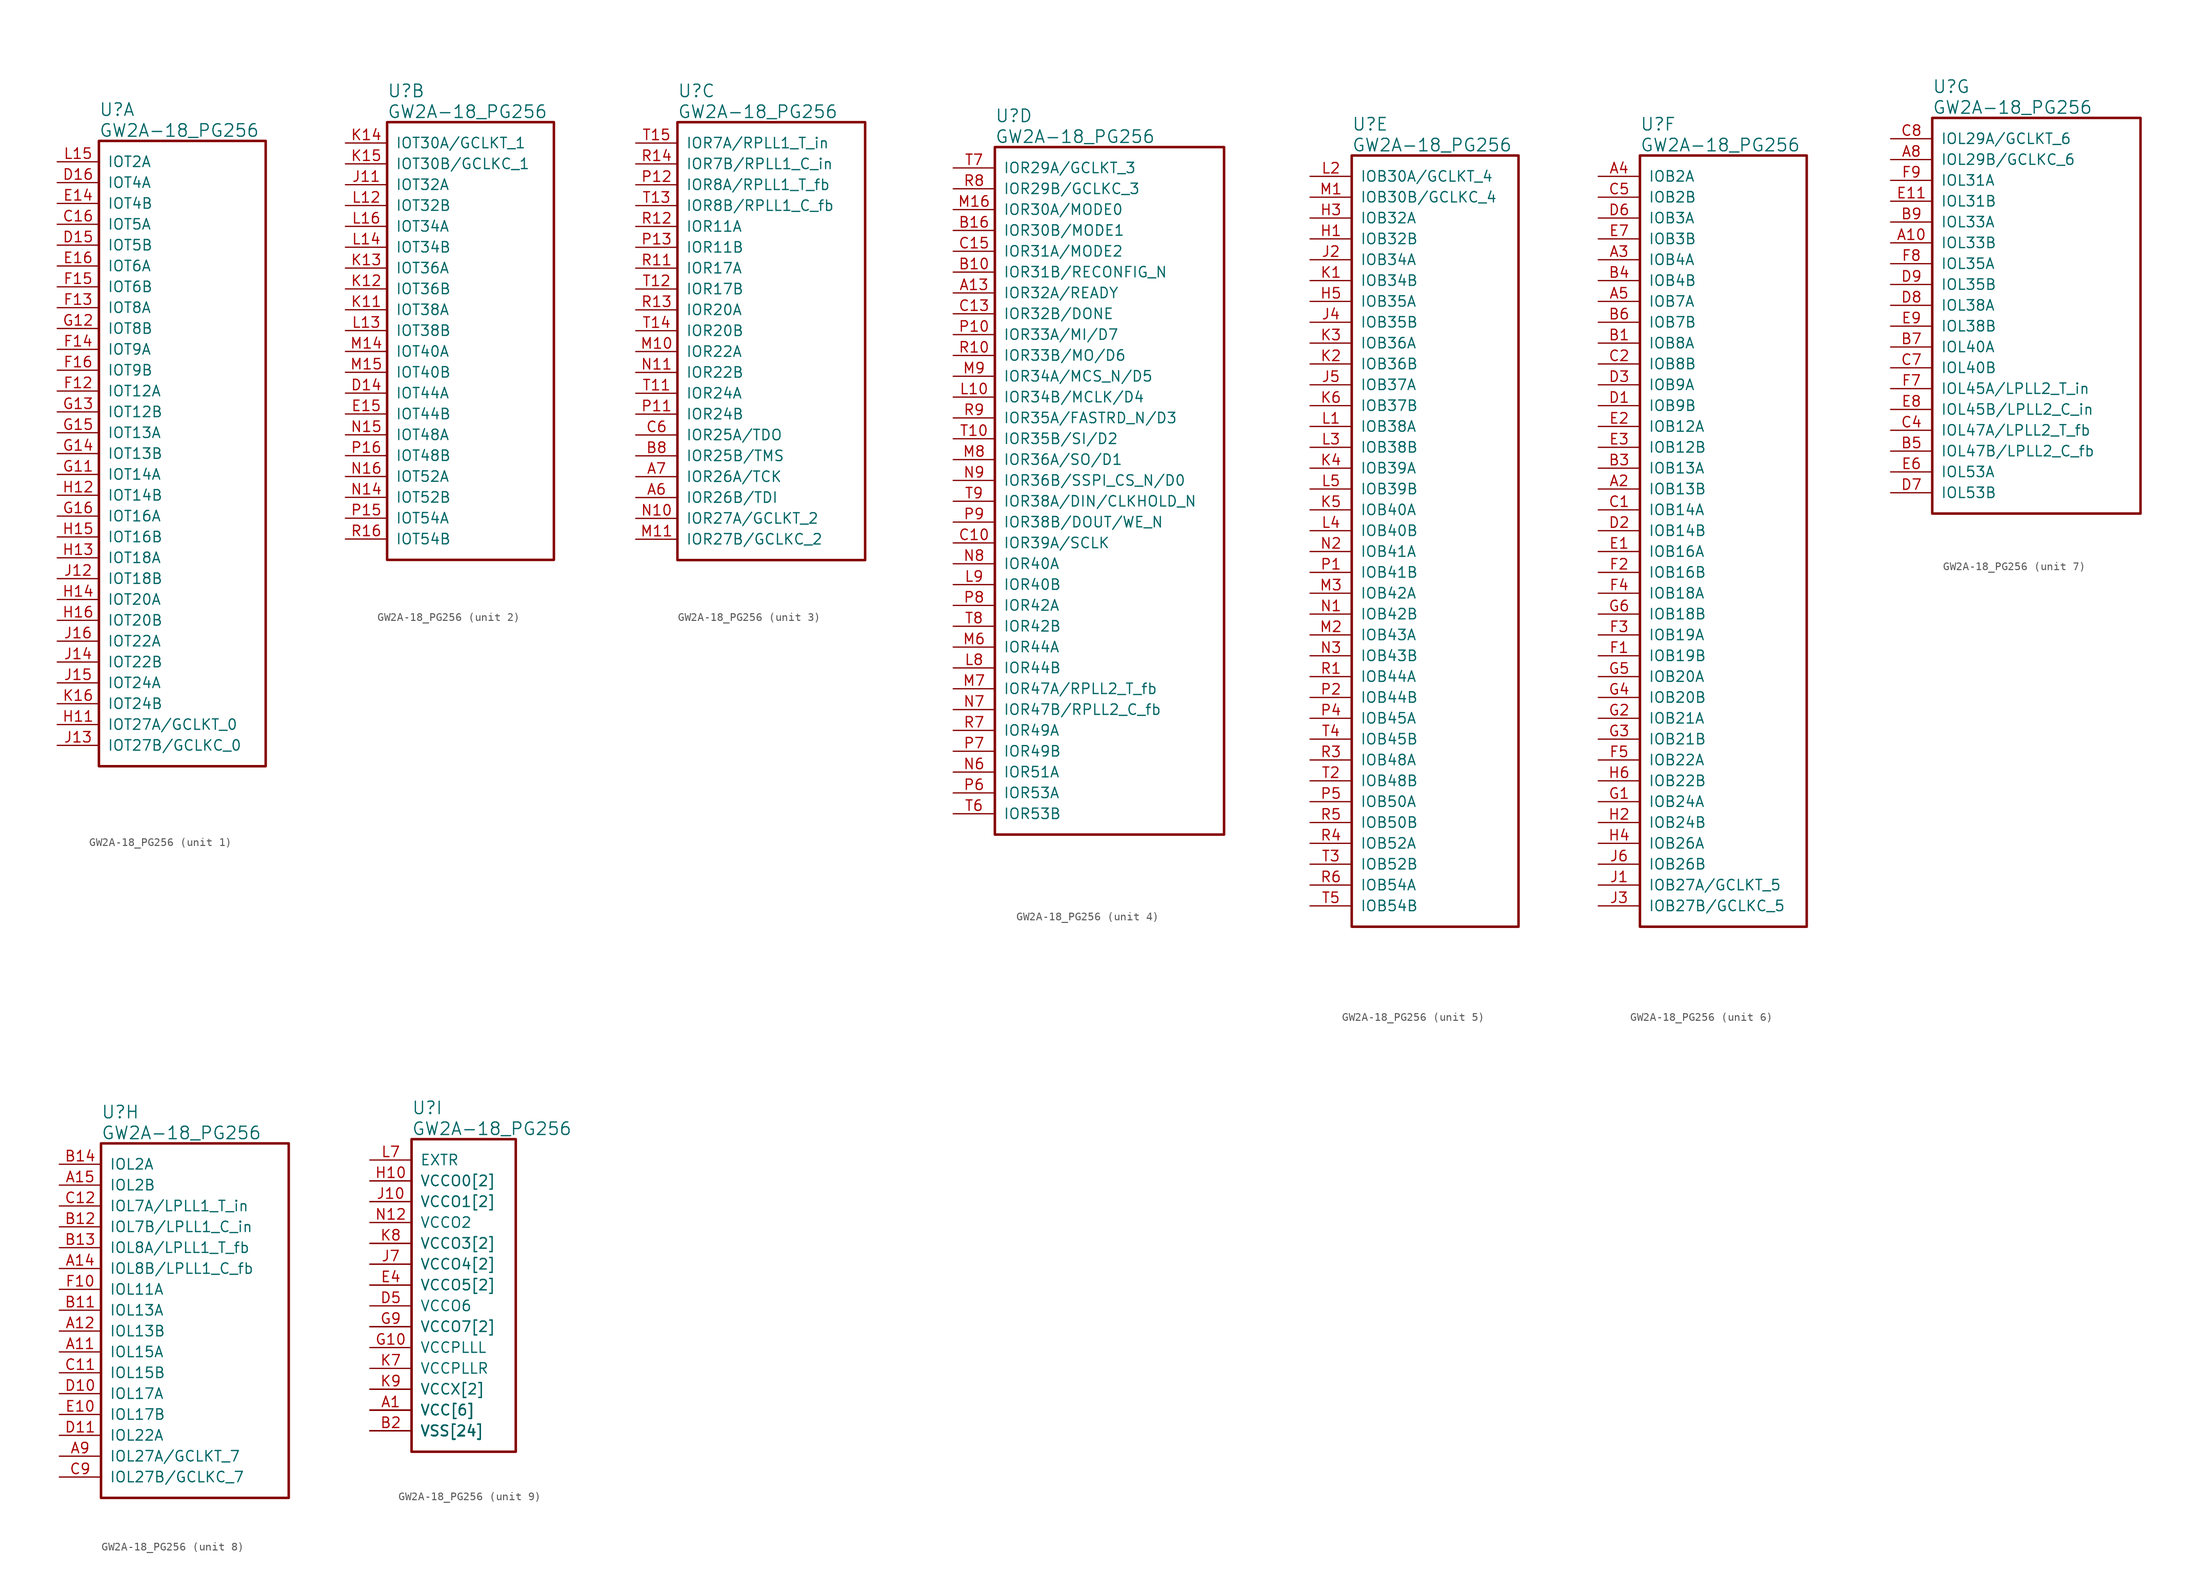
<source format=kicad_sym>
(kicad_symbol_lib
  (version 20211014)
  (generator kicad_symbol_editor)
  (symbol "GW2A-18_PG256"
    (pin_names
      (offset 1.016))
    (property "Reference" "U"
      (at 5.08 6.35 0)
      (effects (font (size 1.524 1.524)) (justify left)))
    (property "Value" "GW2A-18_PG256"
      (at 5.08 3.81 0)
      (effects (font (size 1.524 1.524)) (justify left)))
    (property "ki_locked" ""
      (at 0 0 0)
      (effects (font (size 1.27 1.27))))
    (symbol "GW2A-18_PG256_1_1"
      (rectangle (start 5.08 2.54) (end 25.4 -73.66) (stroke (width 0.305) (type default) (color 0 0 0 0)) (fill (type none)))
      (pin bidirectional line (at 0 -7.62 0) (length 5.08) (name "IOT5A" (effects (font (size 1.27 1.27)))) (number "C16" (effects (font (size 1.27 1.27)))))
      (pin bidirectional line (at 0 -10.16 0) (length 5.08) (name "IOT5B" (effects (font (size 1.27 1.27)))) (number "D15" (effects (font (size 1.27 1.27)))))
      (pin bidirectional line (at 0 -2.54 0) (length 5.08) (name "IOT4A" (effects (font (size 1.27 1.27)))) (number "D16" (effects (font (size 1.27 1.27)))))
      (pin bidirectional line (at 0 -5.08 0) (length 5.08) (name "IOT4B" (effects (font (size 1.27 1.27)))) (number "E14" (effects (font (size 1.27 1.27)))))
      (pin bidirectional line (at 0 -12.7 0) (length 5.08) (name "IOT6A" (effects (font (size 1.27 1.27)))) (number "E16" (effects (font (size 1.27 1.27)))))
      (pin bidirectional line (at 0 -27.94 0) (length 5.08) (name "IOT12A" (effects (font (size 1.27 1.27)))) (number "F12" (effects (font (size 1.27 1.27)))))
      (pin bidirectional line (at 0 -17.78 0) (length 5.08) (name "IOT8A" (effects (font (size 1.27 1.27)))) (number "F13" (effects (font (size 1.27 1.27)))))
      (pin bidirectional line (at 0 -22.86 0) (length 5.08) (name "IOT9A" (effects (font (size 1.27 1.27)))) (number "F14" (effects (font (size 1.27 1.27)))))
      (pin bidirectional line (at 0 -15.24 0) (length 5.08) (name "IOT6B" (effects (font (size 1.27 1.27)))) (number "F15" (effects (font (size 1.27 1.27)))))
      (pin bidirectional line (at 0 -25.4 0) (length 5.08) (name "IOT9B" (effects (font (size 1.27 1.27)))) (number "F16" (effects (font (size 1.27 1.27)))))
      (pin bidirectional line (at 0 -38.1 0) (length 5.08) (name "IOT14A" (effects (font (size 1.27 1.27)))) (number "G11" (effects (font (size 1.27 1.27)))))
      (pin bidirectional line (at 0 -20.32 0) (length 5.08) (name "IOT8B" (effects (font (size 1.27 1.27)))) (number "G12" (effects (font (size 1.27 1.27)))))
      (pin bidirectional line (at 0 -30.48 0) (length 5.08) (name "IOT12B" (effects (font (size 1.27 1.27)))) (number "G13" (effects (font (size 1.27 1.27)))))
      (pin bidirectional line (at 0 -35.56 0) (length 5.08) (name "IOT13B" (effects (font (size 1.27 1.27)))) (number "G14" (effects (font (size 1.27 1.27)))))
      (pin bidirectional line (at 0 -33.02 0) (length 5.08) (name "IOT13A" (effects (font (size 1.27 1.27)))) (number "G15" (effects (font (size 1.27 1.27)))))
      (pin bidirectional line (at 0 -43.18 0) (length 5.08) (name "IOT16A" (effects (font (size 1.27 1.27)))) (number "G16" (effects (font (size 1.27 1.27)))))
      (pin bidirectional line (at 0 -68.58 0) (length 5.08) (name "IOT27A/GCLKT_0" (effects (font (size 1.27 1.27)))) (number "H11" (effects (font (size 1.27 1.27)))))
      (pin bidirectional line (at 0 -40.64 0) (length 5.08) (name "IOT14B" (effects (font (size 1.27 1.27)))) (number "H12" (effects (font (size 1.27 1.27)))))
      (pin bidirectional line (at 0 -48.26 0) (length 5.08) (name "IOT18A" (effects (font (size 1.27 1.27)))) (number "H13" (effects (font (size 1.27 1.27)))))
      (pin bidirectional line (at 0 -53.34 0) (length 5.08) (name "IOT20A" (effects (font (size 1.27 1.27)))) (number "H14" (effects (font (size 1.27 1.27)))))
      (pin bidirectional line (at 0 -45.72 0) (length 5.08) (name "IOT16B" (effects (font (size 1.27 1.27)))) (number "H15" (effects (font (size 1.27 1.27)))))
      (pin bidirectional line (at 0 -55.88 0) (length 5.08) (name "IOT20B" (effects (font (size 1.27 1.27)))) (number "H16" (effects (font (size 1.27 1.27)))))
      (pin bidirectional line (at 0 -50.8 0) (length 5.08) (name "IOT18B" (effects (font (size 1.27 1.27)))) (number "J12" (effects (font (size 1.27 1.27)))))
      (pin bidirectional line (at 0 -71.12 0) (length 5.08) (name "IOT27B/GCLKC_0" (effects (font (size 1.27 1.27)))) (number "J13" (effects (font (size 1.27 1.27)))))
      (pin bidirectional line (at 0 -60.96 0) (length 5.08) (name "IOT22B" (effects (font (size 1.27 1.27)))) (number "J14" (effects (font (size 1.27 1.27)))))
      (pin bidirectional line (at 0 -63.5 0) (length 5.08) (name "IOT24A" (effects (font (size 1.27 1.27)))) (number "J15" (effects (font (size 1.27 1.27)))))
      (pin bidirectional line (at 0 -58.42 0) (length 5.08) (name "IOT22A" (effects (font (size 1.27 1.27)))) (number "J16" (effects (font (size 1.27 1.27)))))
      (pin bidirectional line (at 0 -66.04 0) (length 5.08) (name "IOT24B" (effects (font (size 1.27 1.27)))) (number "K16" (effects (font (size 1.27 1.27)))))
      (pin bidirectional line (at 0 0 0) (length 5.08) (name "IOT2A" (effects (font (size 1.27 1.27)))) (number "L15" (effects (font (size 1.27 1.27))))))
    (symbol "GW2A-18_PG256_2_1"
      (rectangle (start 5.08 2.54) (end 25.4 -50.8) (stroke (width 0.305) (type default) (color 0 0 0 0)) (fill (type none)))
      (pin bidirectional line (at 0 -30.48 0) (length 5.08) (name "IOT44A" (effects (font (size 1.27 1.27)))) (number "D14" (effects (font (size 1.27 1.27)))))
      (pin bidirectional line (at 0 -33.02 0) (length 5.08) (name "IOT44B" (effects (font (size 1.27 1.27)))) (number "E15" (effects (font (size 1.27 1.27)))))
      (pin bidirectional line (at 0 -5.08 0) (length 5.08) (name "IOT32A" (effects (font (size 1.27 1.27)))) (number "J11" (effects (font (size 1.27 1.27)))))
      (pin bidirectional line (at 0 -20.32 0) (length 5.08) (name "IOT38A" (effects (font (size 1.27 1.27)))) (number "K11" (effects (font (size 1.27 1.27)))))
      (pin bidirectional line (at 0 -17.78 0) (length 5.08) (name "IOT36B" (effects (font (size 1.27 1.27)))) (number "K12" (effects (font (size 1.27 1.27)))))
      (pin bidirectional line (at 0 -15.24 0) (length 5.08) (name "IOT36A" (effects (font (size 1.27 1.27)))) (number "K13" (effects (font (size 1.27 1.27)))))
      (pin bidirectional line (at 0 0 0) (length 5.08) (name "IOT30A/GCLKT_1" (effects (font (size 1.27 1.27)))) (number "K14" (effects (font (size 1.27 1.27)))))
      (pin bidirectional line (at 0 -2.54 0) (length 5.08) (name "IOT30B/GCLKC_1" (effects (font (size 1.27 1.27)))) (number "K15" (effects (font (size 1.27 1.27)))))
      (pin bidirectional line (at 0 -7.62 0) (length 5.08) (name "IOT32B" (effects (font (size 1.27 1.27)))) (number "L12" (effects (font (size 1.27 1.27)))))
      (pin bidirectional line (at 0 -22.86 0) (length 5.08) (name "IOT38B" (effects (font (size 1.27 1.27)))) (number "L13" (effects (font (size 1.27 1.27)))))
      (pin bidirectional line (at 0 -12.7 0) (length 5.08) (name "IOT34B" (effects (font (size 1.27 1.27)))) (number "L14" (effects (font (size 1.27 1.27)))))
      (pin bidirectional line (at 0 -10.16 0) (length 5.08) (name "IOT34A" (effects (font (size 1.27 1.27)))) (number "L16" (effects (font (size 1.27 1.27)))))
      (pin bidirectional line (at 0 -25.4 0) (length 5.08) (name "IOT40A" (effects (font (size 1.27 1.27)))) (number "M14" (effects (font (size 1.27 1.27)))))
      (pin bidirectional line (at 0 -27.94 0) (length 5.08) (name "IOT40B" (effects (font (size 1.27 1.27)))) (number "M15" (effects (font (size 1.27 1.27)))))
      (pin bidirectional line (at 0 -43.18 0) (length 5.08) (name "IOT52B" (effects (font (size 1.27 1.27)))) (number "N14" (effects (font (size 1.27 1.27)))))
      (pin bidirectional line (at 0 -35.56 0) (length 5.08) (name "IOT48A" (effects (font (size 1.27 1.27)))) (number "N15" (effects (font (size 1.27 1.27)))))
      (pin bidirectional line (at 0 -40.64 0) (length 5.08) (name "IOT52A" (effects (font (size 1.27 1.27)))) (number "N16" (effects (font (size 1.27 1.27)))))
      (pin bidirectional line (at 0 -45.72 0) (length 5.08) (name "IOT54A" (effects (font (size 1.27 1.27)))) (number "P15" (effects (font (size 1.27 1.27)))))
      (pin bidirectional line (at 0 -38.1 0) (length 5.08) (name "IOT48B" (effects (font (size 1.27 1.27)))) (number "P16" (effects (font (size 1.27 1.27)))))
      (pin bidirectional line (at 0 -48.26 0) (length 5.08) (name "IOT54B" (effects (font (size 1.27 1.27)))) (number "R16" (effects (font (size 1.27 1.27))))))
    (symbol "GW2A-18_PG256_3_1"
      (rectangle (start 5.08 2.54) (end 27.94 -50.8) (stroke (width 0.305) (type default) (color 0 0 0 0)) (fill (type none)))
      (pin bidirectional line (at 0 -43.18 0) (length 5.08) (name "IOR26B/TDI" (effects (font (size 1.27 1.27)))) (number "A6" (effects (font (size 1.27 1.27)))))
      (pin bidirectional line (at 0 -40.64 0) (length 5.08) (name "IOR26A/TCK" (effects (font (size 1.27 1.27)))) (number "A7" (effects (font (size 1.27 1.27)))))
      (pin bidirectional line (at 0 -38.1 0) (length 5.08) (name "IOR25B/TMS" (effects (font (size 1.27 1.27)))) (number "B8" (effects (font (size 1.27 1.27)))))
      (pin bidirectional line (at 0 -35.56 0) (length 5.08) (name "IOR25A/TDO" (effects (font (size 1.27 1.27)))) (number "C6" (effects (font (size 1.27 1.27)))))
      (pin bidirectional line (at 0 -25.4 0) (length 5.08) (name "IOR22A" (effects (font (size 1.27 1.27)))) (number "M10" (effects (font (size 1.27 1.27)))))
      (pin bidirectional line (at 0 -48.26 0) (length 5.08) (name "IOR27B/GCLKC_2" (effects (font (size 1.27 1.27)))) (number "M11" (effects (font (size 1.27 1.27)))))
      (pin bidirectional line (at 0 -45.72 0) (length 5.08) (name "IOR27A/GCLKT_2" (effects (font (size 1.27 1.27)))) (number "N10" (effects (font (size 1.27 1.27)))))
      (pin bidirectional line (at 0 -27.94 0) (length 5.08) (name "IOR22B" (effects (font (size 1.27 1.27)))) (number "N11" (effects (font (size 1.27 1.27)))))
      (pin bidirectional line (at 0 -33.02 0) (length 5.08) (name "IOR24B" (effects (font (size 1.27 1.27)))) (number "P11" (effects (font (size 1.27 1.27)))))
      (pin bidirectional line (at 0 -5.08 0) (length 5.08) (name "IOR8A/RPLL1_T_fb" (effects (font (size 1.27 1.27)))) (number "P12" (effects (font (size 1.27 1.27)))))
      (pin bidirectional line (at 0 -12.7 0) (length 5.08) (name "IOR11B" (effects (font (size 1.27 1.27)))) (number "P13" (effects (font (size 1.27 1.27)))))
      (pin bidirectional line (at 0 -15.24 0) (length 5.08) (name "IOR17A" (effects (font (size 1.27 1.27)))) (number "R11" (effects (font (size 1.27 1.27)))))
      (pin bidirectional line (at 0 -10.16 0) (length 5.08) (name "IOR11A" (effects (font (size 1.27 1.27)))) (number "R12" (effects (font (size 1.27 1.27)))))
      (pin bidirectional line (at 0 -20.32 0) (length 5.08) (name "IOR20A" (effects (font (size 1.27 1.27)))) (number "R13" (effects (font (size 1.27 1.27)))))
      (pin bidirectional line (at 0 -2.54 0) (length 5.08) (name "IOR7B/RPLL1_C_in" (effects (font (size 1.27 1.27)))) (number "R14" (effects (font (size 1.27 1.27)))))
      (pin bidirectional line (at 0 -30.48 0) (length 5.08) (name "IOR24A" (effects (font (size 1.27 1.27)))) (number "T11" (effects (font (size 1.27 1.27)))))
      (pin bidirectional line (at 0 -17.78 0) (length 5.08) (name "IOR17B" (effects (font (size 1.27 1.27)))) (number "T12" (effects (font (size 1.27 1.27)))))
      (pin bidirectional line (at 0 -7.62 0) (length 5.08) (name "IOR8B/RPLL1_C_fb" (effects (font (size 1.27 1.27)))) (number "T13" (effects (font (size 1.27 1.27)))))
      (pin bidirectional line (at 0 -22.86 0) (length 5.08) (name "IOR20B" (effects (font (size 1.27 1.27)))) (number "T14" (effects (font (size 1.27 1.27)))))
      (pin bidirectional line (at 0 0 0) (length 5.08) (name "IOR7A/RPLL1_T_in" (effects (font (size 1.27 1.27)))) (number "T15" (effects (font (size 1.27 1.27))))))
    (symbol "GW2A-18_PG256_4_1"
      (rectangle (start 5.08 2.54) (end 33.02 -81.28) (stroke (width 0.305) (type default) (color 0 0 0 0)) (fill (type none)))
      (pin bidirectional line (at 0 -15.24 0) (length 5.08) (name "IOR32A/READY" (effects (font (size 1.27 1.27)))) (number "A13" (effects (font (size 1.27 1.27)))))
      (pin bidirectional line (at 0 -12.7 0) (length 5.08) (name "IOR31B/RECONFIG_N" (effects (font (size 1.27 1.27)))) (number "B10" (effects (font (size 1.27 1.27)))))
      (pin bidirectional line (at 0 -7.62 0) (length 5.08) (name "IOR30B/MODE1" (effects (font (size 1.27 1.27)))) (number "B16" (effects (font (size 1.27 1.27)))))
      (pin bidirectional line (at 0 -45.72 0) (length 5.08) (name "IOR39A/SCLK" (effects (font (size 1.27 1.27)))) (number "C10" (effects (font (size 1.27 1.27)))))
      (pin bidirectional line (at 0 -17.78 0) (length 5.08) (name "IOR32B/DONE" (effects (font (size 1.27 1.27)))) (number "C13" (effects (font (size 1.27 1.27)))))
      (pin bidirectional line (at 0 -10.16 0) (length 5.08) (name "IOR31A/MODE2" (effects (font (size 1.27 1.27)))) (number "C15" (effects (font (size 1.27 1.27)))))
      (pin bidirectional line (at 0 -27.94 0) (length 5.08) (name "IOR34B/MCLK/D4" (effects (font (size 1.27 1.27)))) (number "L10" (effects (font (size 1.27 1.27)))))
      (pin bidirectional line (at 0 -60.96 0) (length 5.08) (name "IOR44B" (effects (font (size 1.27 1.27)))) (number "L8" (effects (font (size 1.27 1.27)))))
      (pin bidirectional line (at 0 -50.8 0) (length 5.08) (name "IOR40B" (effects (font (size 1.27 1.27)))) (number "L9" (effects (font (size 1.27 1.27)))))
      (pin bidirectional line (at 0 -5.08 0) (length 5.08) (name "IOR30A/MODE0" (effects (font (size 1.27 1.27)))) (number "M16" (effects (font (size 1.27 1.27)))))
      (pin bidirectional line (at 0 -58.42 0) (length 5.08) (name "IOR44A" (effects (font (size 1.27 1.27)))) (number "M6" (effects (font (size 1.27 1.27)))))
      (pin bidirectional line (at 0 -63.5 0) (length 5.08) (name "IOR47A/RPLL2_T_fb" (effects (font (size 1.27 1.27)))) (number "M7" (effects (font (size 1.27 1.27)))))
      (pin bidirectional line (at 0 -35.56 0) (length 5.08) (name "IOR36A/SO/D1" (effects (font (size 1.27 1.27)))) (number "M8" (effects (font (size 1.27 1.27)))))
      (pin bidirectional line (at 0 -25.4 0) (length 5.08) (name "IOR34A/MCS_N/D5" (effects (font (size 1.27 1.27)))) (number "M9" (effects (font (size 1.27 1.27)))))
      (pin bidirectional line (at 0 -73.66 0) (length 5.08) (name "IOR51A" (effects (font (size 1.27 1.27)))) (number "N6" (effects (font (size 1.27 1.27)))))
      (pin bidirectional line (at 0 -66.04 0) (length 5.08) (name "IOR47B/RPLL2_C_fb" (effects (font (size 1.27 1.27)))) (number "N7" (effects (font (size 1.27 1.27)))))
      (pin bidirectional line (at 0 -48.26 0) (length 5.08) (name "IOR40A" (effects (font (size 1.27 1.27)))) (number "N8" (effects (font (size 1.27 1.27)))))
      (pin bidirectional line (at 0 -38.1 0) (length 5.08) (name "IOR36B/SSPI_CS_N/D0" (effects (font (size 1.27 1.27)))) (number "N9" (effects (font (size 1.27 1.27)))))
      (pin bidirectional line (at 0 -20.32 0) (length 5.08) (name "IOR33A/MI/D7" (effects (font (size 1.27 1.27)))) (number "P10" (effects (font (size 1.27 1.27)))))
      (pin bidirectional line (at 0 -76.2 0) (length 5.08) (name "IOR53A" (effects (font (size 1.27 1.27)))) (number "P6" (effects (font (size 1.27 1.27)))))
      (pin bidirectional line (at 0 -71.12 0) (length 5.08) (name "IOR49B" (effects (font (size 1.27 1.27)))) (number "P7" (effects (font (size 1.27 1.27)))))
      (pin bidirectional line (at 0 -53.34 0) (length 5.08) (name "IOR42A" (effects (font (size 1.27 1.27)))) (number "P8" (effects (font (size 1.27 1.27)))))
      (pin bidirectional line (at 0 -43.18 0) (length 5.08) (name "IOR38B/DOUT/WE_N" (effects (font (size 1.27 1.27)))) (number "P9" (effects (font (size 1.27 1.27)))))
      (pin bidirectional line (at 0 -22.86 0) (length 5.08) (name "IOR33B/MO/D6" (effects (font (size 1.27 1.27)))) (number "R10" (effects (font (size 1.27 1.27)))))
      (pin bidirectional line (at 0 -68.58 0) (length 5.08) (name "IOR49A" (effects (font (size 1.27 1.27)))) (number "R7" (effects (font (size 1.27 1.27)))))
      (pin bidirectional line (at 0 -2.54 0) (length 5.08) (name "IOR29B/GCLKC_3" (effects (font (size 1.27 1.27)))) (number "R8" (effects (font (size 1.27 1.27)))))
      (pin bidirectional line (at 0 -30.48 0) (length 5.08) (name "IOR35A/FASTRD_N/D3" (effects (font (size 1.27 1.27)))) (number "R9" (effects (font (size 1.27 1.27)))))
      (pin bidirectional line (at 0 -33.02 0) (length 5.08) (name "IOR35B/SI/D2" (effects (font (size 1.27 1.27)))) (number "T10" (effects (font (size 1.27 1.27)))))
      (pin bidirectional line (at 0 -78.74 0) (length 5.08) (name "IOR53B" (effects (font (size 1.27 1.27)))) (number "T6" (effects (font (size 1.27 1.27)))))
      (pin bidirectional line (at 0 0 0) (length 5.08) (name "IOR29A/GCLKT_3" (effects (font (size 1.27 1.27)))) (number "T7" (effects (font (size 1.27 1.27)))))
      (pin bidirectional line (at 0 -55.88 0) (length 5.08) (name "IOR42B" (effects (font (size 1.27 1.27)))) (number "T8" (effects (font (size 1.27 1.27)))))
      (pin bidirectional line (at 0 -40.64 0) (length 5.08) (name "IOR38A/DIN/CLKHOLD_N" (effects (font (size 1.27 1.27)))) (number "T9" (effects (font (size 1.27 1.27))))))
    (symbol "GW2A-18_PG256_5_1"
      (rectangle (start 5.08 2.54) (end 25.4 -91.44) (stroke (width 0.305) (type default) (color 0 0 0 0)) (fill (type none)))
      (pin bidirectional line (at 0 -7.62 0) (length 5.08) (name "IOB32B" (effects (font (size 1.27 1.27)))) (number "H1" (effects (font (size 1.27 1.27)))))
      (pin bidirectional line (at 0 -5.08 0) (length 5.08) (name "IOB32A" (effects (font (size 1.27 1.27)))) (number "H3" (effects (font (size 1.27 1.27)))))
      (pin bidirectional line (at 0 -15.24 0) (length 5.08) (name "IOB35A" (effects (font (size 1.27 1.27)))) (number "H5" (effects (font (size 1.27 1.27)))))
      (pin bidirectional line (at 0 -10.16 0) (length 5.08) (name "IOB34A" (effects (font (size 1.27 1.27)))) (number "J2" (effects (font (size 1.27 1.27)))))
      (pin bidirectional line (at 0 -17.78 0) (length 5.08) (name "IOB35B" (effects (font (size 1.27 1.27)))) (number "J4" (effects (font (size 1.27 1.27)))))
      (pin bidirectional line (at 0 -25.4 0) (length 5.08) (name "IOB37A" (effects (font (size 1.27 1.27)))) (number "J5" (effects (font (size 1.27 1.27)))))
      (pin bidirectional line (at 0 -12.7 0) (length 5.08) (name "IOB34B" (effects (font (size 1.27 1.27)))) (number "K1" (effects (font (size 1.27 1.27)))))
      (pin bidirectional line (at 0 -22.86 0) (length 5.08) (name "IOB36B" (effects (font (size 1.27 1.27)))) (number "K2" (effects (font (size 1.27 1.27)))))
      (pin bidirectional line (at 0 -20.32 0) (length 5.08) (name "IOB36A" (effects (font (size 1.27 1.27)))) (number "K3" (effects (font (size 1.27 1.27)))))
      (pin bidirectional line (at 0 -35.56 0) (length 5.08) (name "IOB39A" (effects (font (size 1.27 1.27)))) (number "K4" (effects (font (size 1.27 1.27)))))
      (pin bidirectional line (at 0 -40.64 0) (length 5.08) (name "IOB40A" (effects (font (size 1.27 1.27)))) (number "K5" (effects (font (size 1.27 1.27)))))
      (pin bidirectional line (at 0 -27.94 0) (length 5.08) (name "IOB37B" (effects (font (size 1.27 1.27)))) (number "K6" (effects (font (size 1.27 1.27)))))
      (pin bidirectional line (at 0 -30.48 0) (length 5.08) (name "IOB38A" (effects (font (size 1.27 1.27)))) (number "L1" (effects (font (size 1.27 1.27)))))
      (pin bidirectional line (at 0 0 0) (length 5.08) (name "IOB30A/GCLKT_4" (effects (font (size 1.27 1.27)))) (number "L2" (effects (font (size 1.27 1.27)))))
      (pin bidirectional line (at 0 -33.02 0) (length 5.08) (name "IOB38B" (effects (font (size 1.27 1.27)))) (number "L3" (effects (font (size 1.27 1.27)))))
      (pin bidirectional line (at 0 -43.18 0) (length 5.08) (name "IOB40B" (effects (font (size 1.27 1.27)))) (number "L4" (effects (font (size 1.27 1.27)))))
      (pin bidirectional line (at 0 -38.1 0) (length 5.08) (name "IOB39B" (effects (font (size 1.27 1.27)))) (number "L5" (effects (font (size 1.27 1.27)))))
      (pin bidirectional line (at 0 -2.54 0) (length 5.08) (name "IOB30B/GCLKC_4" (effects (font (size 1.27 1.27)))) (number "M1" (effects (font (size 1.27 1.27)))))
      (pin bidirectional line (at 0 -55.88 0) (length 5.08) (name "IOB43A" (effects (font (size 1.27 1.27)))) (number "M2" (effects (font (size 1.27 1.27)))))
      (pin bidirectional line (at 0 -50.8 0) (length 5.08) (name "IOB42A" (effects (font (size 1.27 1.27)))) (number "M3" (effects (font (size 1.27 1.27)))))
      (pin bidirectional line (at 0 -53.34 0) (length 5.08) (name "IOB42B" (effects (font (size 1.27 1.27)))) (number "N1" (effects (font (size 1.27 1.27)))))
      (pin bidirectional line (at 0 -45.72 0) (length 5.08) (name "IOB41A" (effects (font (size 1.27 1.27)))) (number "N2" (effects (font (size 1.27 1.27)))))
      (pin bidirectional line (at 0 -58.42 0) (length 5.08) (name "IOB43B" (effects (font (size 1.27 1.27)))) (number "N3" (effects (font (size 1.27 1.27)))))
      (pin bidirectional line (at 0 -48.26 0) (length 5.08) (name "IOB41B" (effects (font (size 1.27 1.27)))) (number "P1" (effects (font (size 1.27 1.27)))))
      (pin bidirectional line (at 0 -63.5 0) (length 5.08) (name "IOB44B" (effects (font (size 1.27 1.27)))) (number "P2" (effects (font (size 1.27 1.27)))))
      (pin bidirectional line (at 0 -66.04 0) (length 5.08) (name "IOB45A" (effects (font (size 1.27 1.27)))) (number "P4" (effects (font (size 1.27 1.27)))))
      (pin bidirectional line (at 0 -76.2 0) (length 5.08) (name "IOB50A" (effects (font (size 1.27 1.27)))) (number "P5" (effects (font (size 1.27 1.27)))))
      (pin bidirectional line (at 0 -60.96 0) (length 5.08) (name "IOB44A" (effects (font (size 1.27 1.27)))) (number "R1" (effects (font (size 1.27 1.27)))))
      (pin bidirectional line (at 0 -71.12 0) (length 5.08) (name "IOB48A" (effects (font (size 1.27 1.27)))) (number "R3" (effects (font (size 1.27 1.27)))))
      (pin bidirectional line (at 0 -81.28 0) (length 5.08) (name "IOB52A" (effects (font (size 1.27 1.27)))) (number "R4" (effects (font (size 1.27 1.27)))))
      (pin bidirectional line (at 0 -78.74 0) (length 5.08) (name "IOB50B" (effects (font (size 1.27 1.27)))) (number "R5" (effects (font (size 1.27 1.27)))))
      (pin bidirectional line (at 0 -86.36 0) (length 5.08) (name "IOB54A" (effects (font (size 1.27 1.27)))) (number "R6" (effects (font (size 1.27 1.27)))))
      (pin bidirectional line (at 0 -73.66 0) (length 5.08) (name "IOB48B" (effects (font (size 1.27 1.27)))) (number "T2" (effects (font (size 1.27 1.27)))))
      (pin bidirectional line (at 0 -83.82 0) (length 5.08) (name "IOB52B" (effects (font (size 1.27 1.27)))) (number "T3" (effects (font (size 1.27 1.27)))))
      (pin bidirectional line (at 0 -68.58 0) (length 5.08) (name "IOB45B" (effects (font (size 1.27 1.27)))) (number "T4" (effects (font (size 1.27 1.27)))))
      (pin bidirectional line (at 0 -88.9 0) (length 5.08) (name "IOB54B" (effects (font (size 1.27 1.27)))) (number "T5" (effects (font (size 1.27 1.27))))))
    (symbol "GW2A-18_PG256_6_1"
      (rectangle (start 5.08 2.54) (end 25.4 -91.44) (stroke (width 0.305) (type default) (color 0 0 0 0)) (fill (type none)))
      (pin bidirectional line (at 0 -38.1 0) (length 5.08) (name "IOB13B" (effects (font (size 1.27 1.27)))) (number "A2" (effects (font (size 1.27 1.27)))))
      (pin bidirectional line (at 0 -10.16 0) (length 5.08) (name "IOB4A" (effects (font (size 1.27 1.27)))) (number "A3" (effects (font (size 1.27 1.27)))))
      (pin bidirectional line (at 0 0 0) (length 5.08) (name "IOB2A" (effects (font (size 1.27 1.27)))) (number "A4" (effects (font (size 1.27 1.27)))))
      (pin bidirectional line (at 0 -15.24 0) (length 5.08) (name "IOB7A" (effects (font (size 1.27 1.27)))) (number "A5" (effects (font (size 1.27 1.27)))))
      (pin bidirectional line (at 0 -20.32 0) (length 5.08) (name "IOB8A" (effects (font (size 1.27 1.27)))) (number "B1" (effects (font (size 1.27 1.27)))))
      (pin bidirectional line (at 0 -35.56 0) (length 5.08) (name "IOB13A" (effects (font (size 1.27 1.27)))) (number "B3" (effects (font (size 1.27 1.27)))))
      (pin bidirectional line (at 0 -12.7 0) (length 5.08) (name "IOB4B" (effects (font (size 1.27 1.27)))) (number "B4" (effects (font (size 1.27 1.27)))))
      (pin bidirectional line (at 0 -17.78 0) (length 5.08) (name "IOB7B" (effects (font (size 1.27 1.27)))) (number "B6" (effects (font (size 1.27 1.27)))))
      (pin bidirectional line (at 0 -40.64 0) (length 5.08) (name "IOB14A" (effects (font (size 1.27 1.27)))) (number "C1" (effects (font (size 1.27 1.27)))))
      (pin bidirectional line (at 0 -22.86 0) (length 5.08) (name "IOB8B" (effects (font (size 1.27 1.27)))) (number "C2" (effects (font (size 1.27 1.27)))))
      (pin bidirectional line (at 0 -2.54 0) (length 5.08) (name "IOB2B" (effects (font (size 1.27 1.27)))) (number "C5" (effects (font (size 1.27 1.27)))))
      (pin bidirectional line (at 0 -27.94 0) (length 5.08) (name "IOB9B" (effects (font (size 1.27 1.27)))) (number "D1" (effects (font (size 1.27 1.27)))))
      (pin bidirectional line (at 0 -43.18 0) (length 5.08) (name "IOB14B" (effects (font (size 1.27 1.27)))) (number "D2" (effects (font (size 1.27 1.27)))))
      (pin bidirectional line (at 0 -25.4 0) (length 5.08) (name "IOB9A" (effects (font (size 1.27 1.27)))) (number "D3" (effects (font (size 1.27 1.27)))))
      (pin bidirectional line (at 0 -5.08 0) (length 5.08) (name "IOB3A" (effects (font (size 1.27 1.27)))) (number "D6" (effects (font (size 1.27 1.27)))))
      (pin bidirectional line (at 0 -45.72 0) (length 5.08) (name "IOB16A" (effects (font (size 1.27 1.27)))) (number "E1" (effects (font (size 1.27 1.27)))))
      (pin bidirectional line (at 0 -30.48 0) (length 5.08) (name "IOB12A" (effects (font (size 1.27 1.27)))) (number "E2" (effects (font (size 1.27 1.27)))))
      (pin bidirectional line (at 0 -33.02 0) (length 5.08) (name "IOB12B" (effects (font (size 1.27 1.27)))) (number "E3" (effects (font (size 1.27 1.27)))))
      (pin bidirectional line (at 0 -7.62 0) (length 5.08) (name "IOB3B" (effects (font (size 1.27 1.27)))) (number "E7" (effects (font (size 1.27 1.27)))))
      (pin bidirectional line (at 0 -58.42 0) (length 5.08) (name "IOB19B" (effects (font (size 1.27 1.27)))) (number "F1" (effects (font (size 1.27 1.27)))))
      (pin bidirectional line (at 0 -48.26 0) (length 5.08) (name "IOB16B" (effects (font (size 1.27 1.27)))) (number "F2" (effects (font (size 1.27 1.27)))))
      (pin bidirectional line (at 0 -55.88 0) (length 5.08) (name "IOB19A" (effects (font (size 1.27 1.27)))) (number "F3" (effects (font (size 1.27 1.27)))))
      (pin bidirectional line (at 0 -50.8 0) (length 5.08) (name "IOB18A" (effects (font (size 1.27 1.27)))) (number "F4" (effects (font (size 1.27 1.27)))))
      (pin bidirectional line (at 0 -71.12 0) (length 5.08) (name "IOB22A" (effects (font (size 1.27 1.27)))) (number "F5" (effects (font (size 1.27 1.27)))))
      (pin bidirectional line (at 0 -76.2 0) (length 5.08) (name "IOB24A" (effects (font (size 1.27 1.27)))) (number "G1" (effects (font (size 1.27 1.27)))))
      (pin bidirectional line (at 0 -66.04 0) (length 5.08) (name "IOB21A" (effects (font (size 1.27 1.27)))) (number "G2" (effects (font (size 1.27 1.27)))))
      (pin bidirectional line (at 0 -68.58 0) (length 5.08) (name "IOB21B" (effects (font (size 1.27 1.27)))) (number "G3" (effects (font (size 1.27 1.27)))))
      (pin bidirectional line (at 0 -63.5 0) (length 5.08) (name "IOB20B" (effects (font (size 1.27 1.27)))) (number "G4" (effects (font (size 1.27 1.27)))))
      (pin bidirectional line (at 0 -60.96 0) (length 5.08) (name "IOB20A" (effects (font (size 1.27 1.27)))) (number "G5" (effects (font (size 1.27 1.27)))))
      (pin bidirectional line (at 0 -53.34 0) (length 5.08) (name "IOB18B" (effects (font (size 1.27 1.27)))) (number "G6" (effects (font (size 1.27 1.27)))))
      (pin bidirectional line (at 0 -78.74 0) (length 5.08) (name "IOB24B" (effects (font (size 1.27 1.27)))) (number "H2" (effects (font (size 1.27 1.27)))))
      (pin bidirectional line (at 0 -81.28 0) (length 5.08) (name "IOB26A" (effects (font (size 1.27 1.27)))) (number "H4" (effects (font (size 1.27 1.27)))))
      (pin bidirectional line (at 0 -73.66 0) (length 5.08) (name "IOB22B" (effects (font (size 1.27 1.27)))) (number "H6" (effects (font (size 1.27 1.27)))))
      (pin bidirectional line (at 0 -86.36 0) (length 5.08) (name "IOB27A/GCLKT_5" (effects (font (size 1.27 1.27)))) (number "J1" (effects (font (size 1.27 1.27)))))
      (pin bidirectional line (at 0 -88.9 0) (length 5.08) (name "IOB27B/GCLKC_5" (effects (font (size 1.27 1.27)))) (number "J3" (effects (font (size 1.27 1.27)))))
      (pin bidirectional line (at 0 -83.82 0) (length 5.08) (name "IOB26B" (effects (font (size 1.27 1.27)))) (number "J6" (effects (font (size 1.27 1.27))))))
    (symbol "GW2A-18_PG256_7_1"
      (rectangle (start 5.08 2.54) (end 30.48 -45.72) (stroke (width 0.305) (type default) (color 0 0 0 0)) (fill (type none)))
      (pin bidirectional line (at 0 -12.7 0) (length 5.08) (name "IOL33B" (effects (font (size 1.27 1.27)))) (number "A10" (effects (font (size 1.27 1.27)))))
      (pin bidirectional line (at 0 -2.54 0) (length 5.08) (name "IOL29B/GCLKC_6" (effects (font (size 1.27 1.27)))) (number "A8" (effects (font (size 1.27 1.27)))))
      (pin bidirectional line (at 0 -38.1 0) (length 5.08) (name "IOL47B/LPLL2_C_fb" (effects (font (size 1.27 1.27)))) (number "B5" (effects (font (size 1.27 1.27)))))
      (pin bidirectional line (at 0 -25.4 0) (length 5.08) (name "IOL40A" (effects (font (size 1.27 1.27)))) (number "B7" (effects (font (size 1.27 1.27)))))
      (pin bidirectional line (at 0 -10.16 0) (length 5.08) (name "IOL33A" (effects (font (size 1.27 1.27)))) (number "B9" (effects (font (size 1.27 1.27)))))
      (pin bidirectional line (at 0 -35.56 0) (length 5.08) (name "IOL47A/LPLL2_T_fb" (effects (font (size 1.27 1.27)))) (number "C4" (effects (font (size 1.27 1.27)))))
      (pin bidirectional line (at 0 -27.94 0) (length 5.08) (name "IOL40B" (effects (font (size 1.27 1.27)))) (number "C7" (effects (font (size 1.27 1.27)))))
      (pin bidirectional line (at 0 0 0) (length 5.08) (name "IOL29A/GCLKT_6" (effects (font (size 1.27 1.27)))) (number "C8" (effects (font (size 1.27 1.27)))))
      (pin bidirectional line (at 0 -43.18 0) (length 5.08) (name "IOL53B" (effects (font (size 1.27 1.27)))) (number "D7" (effects (font (size 1.27 1.27)))))
      (pin bidirectional line (at 0 -20.32 0) (length 5.08) (name "IOL38A" (effects (font (size 1.27 1.27)))) (number "D8" (effects (font (size 1.27 1.27)))))
      (pin bidirectional line (at 0 -17.78 0) (length 5.08) (name "IOL35B" (effects (font (size 1.27 1.27)))) (number "D9" (effects (font (size 1.27 1.27)))))
      (pin bidirectional line (at 0 -7.62 0) (length 5.08) (name "IOL31B" (effects (font (size 1.27 1.27)))) (number "E11" (effects (font (size 1.27 1.27)))))
      (pin bidirectional line (at 0 -40.64 0) (length 5.08) (name "IOL53A" (effects (font (size 1.27 1.27)))) (number "E6" (effects (font (size 1.27 1.27)))))
      (pin bidirectional line (at 0 -33.02 0) (length 5.08) (name "IOL45B/LPLL2_C_in" (effects (font (size 1.27 1.27)))) (number "E8" (effects (font (size 1.27 1.27)))))
      (pin bidirectional line (at 0 -22.86 0) (length 5.08) (name "IOL38B" (effects (font (size 1.27 1.27)))) (number "E9" (effects (font (size 1.27 1.27)))))
      (pin bidirectional line (at 0 -30.48 0) (length 5.08) (name "IOL45A/LPLL2_T_in" (effects (font (size 1.27 1.27)))) (number "F7" (effects (font (size 1.27 1.27)))))
      (pin bidirectional line (at 0 -15.24 0) (length 5.08) (name "IOL35A" (effects (font (size 1.27 1.27)))) (number "F8" (effects (font (size 1.27 1.27)))))
      (pin bidirectional line (at 0 -5.08 0) (length 5.08) (name "IOL31A" (effects (font (size 1.27 1.27)))) (number "F9" (effects (font (size 1.27 1.27))))))
    (symbol "GW2A-18_PG256_8_1"
      (rectangle (start 5.08 2.54) (end 27.94 -40.64) (stroke (width 0.305) (type default) (color 0 0 0 0)) (fill (type none)))
      (pin bidirectional line (at 0 -22.86 0) (length 5.08) (name "IOL15A" (effects (font (size 1.27 1.27)))) (number "A11" (effects (font (size 1.27 1.27)))))
      (pin bidirectional line (at 0 -20.32 0) (length 5.08) (name "IOL13B" (effects (font (size 1.27 1.27)))) (number "A12" (effects (font (size 1.27 1.27)))))
      (pin bidirectional line (at 0 -12.7 0) (length 5.08) (name "IOL8B/LPLL1_C_fb" (effects (font (size 1.27 1.27)))) (number "A14" (effects (font (size 1.27 1.27)))))
      (pin bidirectional line (at 0 -2.54 0) (length 5.08) (name "IOL2B" (effects (font (size 1.27 1.27)))) (number "A15" (effects (font (size 1.27 1.27)))))
      (pin bidirectional line (at 0 -35.56 0) (length 5.08) (name "IOL27A/GCLKT_7" (effects (font (size 1.27 1.27)))) (number "A9" (effects (font (size 1.27 1.27)))))
      (pin bidirectional line (at 0 -17.78 0) (length 5.08) (name "IOL13A" (effects (font (size 1.27 1.27)))) (number "B11" (effects (font (size 1.27 1.27)))))
      (pin bidirectional line (at 0 -7.62 0) (length 5.08) (name "IOL7B/LPLL1_C_in" (effects (font (size 1.27 1.27)))) (number "B12" (effects (font (size 1.27 1.27)))))
      (pin bidirectional line (at 0 -10.16 0) (length 5.08) (name "IOL8A/LPLL1_T_fb" (effects (font (size 1.27 1.27)))) (number "B13" (effects (font (size 1.27 1.27)))))
      (pin bidirectional line (at 0 0 0) (length 5.08) (name "IOL2A" (effects (font (size 1.27 1.27)))) (number "B14" (effects (font (size 1.27 1.27)))))
      (pin bidirectional line (at 0 -25.4 0) (length 5.08) (name "IOL15B" (effects (font (size 1.27 1.27)))) (number "C11" (effects (font (size 1.27 1.27)))))
      (pin bidirectional line (at 0 -5.08 0) (length 5.08) (name "IOL7A/LPLL1_T_in" (effects (font (size 1.27 1.27)))) (number "C12" (effects (font (size 1.27 1.27)))))
      (pin bidirectional line (at 0 -38.1 0) (length 5.08) (name "IOL27B/GCLKC_7" (effects (font (size 1.27 1.27)))) (number "C9" (effects (font (size 1.27 1.27)))))
      (pin bidirectional line (at 0 -27.94 0) (length 5.08) (name "IOL17A" (effects (font (size 1.27 1.27)))) (number "D10" (effects (font (size 1.27 1.27)))))
      (pin bidirectional line (at 0 -33.02 0) (length 5.08) (name "IOL22A" (effects (font (size 1.27 1.27)))) (number "D11" (effects (font (size 1.27 1.27)))))
      (pin bidirectional line (at 0 -30.48 0) (length 5.08) (name "IOL17B" (effects (font (size 1.27 1.27)))) (number "E10" (effects (font (size 1.27 1.27)))))
      (pin bidirectional line (at 0 -15.24 0) (length 5.08) (name "IOL11A" (effects (font (size 1.27 1.27)))) (number "F10" (effects (font (size 1.27 1.27))))))
    (symbol "GW2A-18_PG256_9_1"
      (rectangle (start 5.08 2.54) (end 17.78 -35.56) (stroke (width 0.305) (type default) (color 0 0 0 0)) (fill (type none)))
      (pin power_in line (at 0 -30.48 0) (length 5.08) (name "VCC[6]" (effects (font (size 1.27 1.27)))) (number "A1" (effects (font (size 1.27 1.27)))))
      (pin power_in line (at 0 -30.48 0) (length 5.08) (name "VCC[6]" (effects (font (size 1.27 1.27)))) (number "A16" (effects (font (size 0 0)))))
      (pin power_in line (at 0 -33.02 0) (length 5.08) (name "VSS[24]" (effects (font (size 1.27 1.27)))) (number "B15" (effects (font (size 0 0)))))
      (pin power_in line (at 0 -33.02 0) (length 5.08) (name "VSS[24]" (effects (font (size 1.27 1.27)))) (number "B2" (effects (font (size 1.27 1.27)))))
      (pin power_in line (at 0 -33.02 0) (length 5.08) (name "VSS[24]" (effects (font (size 1.27 1.27)))) (number "C14" (effects (font (size 0 0)))))
      (pin power_in line (at 0 -33.02 0) (length 5.08) (name "VSS[24]" (effects (font (size 1.27 1.27)))) (number "C3" (effects (font (size 0 0)))))
      (pin power_in line (at 0 -20.32 0) (length 5.08) (name "VCCO7[2]" (effects (font (size 1.27 1.27)))) (number "D12" (effects (font (size 0 0)))))
      (pin power_in line (at 0 -33.02 0) (length 5.08) (name "VSS[24]" (effects (font (size 1.27 1.27)))) (number "D13" (effects (font (size 0 0)))))
      (pin power_in line (at 0 -33.02 0) (length 5.08) (name "VSS[24]" (effects (font (size 1.27 1.27)))) (number "D4" (effects (font (size 0 0)))))
      (pin power_in line (at 0 -17.78 0) (length 5.08) (name "VCCO6" (effects (font (size 1.27 1.27)))) (number "D5" (effects (font (size 1.27 1.27)))))
      (pin power_in line (at 0 -33.02 0) (length 5.08) (name "VSS[24]" (effects (font (size 1.27 1.27)))) (number "E12" (effects (font (size 0 0)))))
      (pin power_in line (at 0 -2.54 0) (length 5.08) (name "VCCO0[2]" (effects (font (size 1.27 1.27)))) (number "E13" (effects (font (size 0 0)))))
      (pin power_in line (at 0 -15.24 0) (length 5.08) (name "VCCO5[2]" (effects (font (size 1.27 1.27)))) (number "E4" (effects (font (size 1.27 1.27)))))
      (pin power_in line (at 0 -33.02 0) (length 5.08) (name "VSS[24]" (effects (font (size 1.27 1.27)))) (number "E5" (effects (font (size 0 0)))))
      (pin power_in line (at 0 -33.02 0) (length 5.08) (name "VSS[24]" (effects (font (size 1.27 1.27)))) (number "F11" (effects (font (size 0 0)))))
      (pin power_in line (at 0 -33.02 0) (length 5.08) (name "VSS[24]" (effects (font (size 1.27 1.27)))) (number "F6" (effects (font (size 0 0)))))
      (pin power_in line (at 0 -22.86 0) (length 5.08) (name "VCCPLLL" (effects (font (size 1.27 1.27)))) (number "G10" (effects (font (size 1.27 1.27)))))
      (pin power_in line (at 0 -30.48 0) (length 5.08) (name "VCC[6]" (effects (font (size 1.27 1.27)))) (number "G7" (effects (font (size 0 0)))))
      (pin power_in line (at 0 -27.94 0) (length 5.08) (name "VCCX[2]" (effects (font (size 1.27 1.27)))) (number "G8" (effects (font (size 0 0)))))
      (pin power_in line (at 0 -20.32 0) (length 5.08) (name "VCCO7[2]" (effects (font (size 1.27 1.27)))) (number "G9" (effects (font (size 1.27 1.27)))))
      (pin power_in line (at 0 -2.54 0) (length 5.08) (name "VCCO0[2]" (effects (font (size 1.27 1.27)))) (number "H10" (effects (font (size 1.27 1.27)))))
      (pin power_in line (at 0 -15.24 0) (length 5.08) (name "VCCO5[2]" (effects (font (size 1.27 1.27)))) (number "H7" (effects (font (size 0 0)))))
      (pin power_in line (at 0 -33.02 0) (length 5.08) (name "VSS[24]" (effects (font (size 1.27 1.27)))) (number "H8" (effects (font (size 0 0)))))
      (pin power_in line (at 0 -33.02 0) (length 5.08) (name "VSS[24]" (effects (font (size 1.27 1.27)))) (number "H9" (effects (font (size 0 0)))))
      (pin power_in line (at 0 -5.08 0) (length 5.08) (name "VCCO1[2]" (effects (font (size 1.27 1.27)))) (number "J10" (effects (font (size 1.27 1.27)))))
      (pin power_in line (at 0 -12.7 0) (length 5.08) (name "VCCO4[2]" (effects (font (size 1.27 1.27)))) (number "J7" (effects (font (size 1.27 1.27)))))
      (pin power_in line (at 0 -33.02 0) (length 5.08) (name "VSS[24]" (effects (font (size 1.27 1.27)))) (number "J8" (effects (font (size 0 0)))))
      (pin power_in line (at 0 -33.02 0) (length 5.08) (name "VSS[24]" (effects (font (size 1.27 1.27)))) (number "J9" (effects (font (size 0 0)))))
      (pin power_in line (at 0 -30.48 0) (length 5.08) (name "VCC[6]" (effects (font (size 1.27 1.27)))) (number "K10" (effects (font (size 0 0)))))
      (pin power_in line (at 0 -25.4 0) (length 5.08) (name "VCCPLLR" (effects (font (size 1.27 1.27)))) (number "K7" (effects (font (size 1.27 1.27)))))
      (pin power_in line (at 0 -10.16 0) (length 5.08) (name "VCCO3[2]" (effects (font (size 1.27 1.27)))) (number "K8" (effects (font (size 1.27 1.27)))))
      (pin power_in line (at 0 -27.94 0) (length 5.08) (name "VCCX[2]" (effects (font (size 1.27 1.27)))) (number "K9" (effects (font (size 1.27 1.27)))))
      (pin power_in line (at 0 -33.02 0) (length 5.08) (name "VSS[24]" (effects (font (size 1.27 1.27)))) (number "L11" (effects (font (size 0 0)))))
      (pin power_in line (at 0 -33.02 0) (length 5.08) (name "VSS[24]" (effects (font (size 1.27 1.27)))) (number "L6" (effects (font (size 0 0)))))
      (pin power_in line (at 0 0 0) (length 5.08) (name "EXTR" (effects (font (size 1.27 1.27)))) (number "L7" (effects (font (size 1.27 1.27)))))
      (pin power_in line (at 0 -33.02 0) (length 5.08) (name "VSS[24]" (effects (font (size 1.27 1.27)))) (number "M12" (effects (font (size 0 0)))))
      (pin power_in line (at 0 -5.08 0) (length 5.08) (name "VCCO1[2]" (effects (font (size 1.27 1.27)))) (number "M13" (effects (font (size 0 0)))))
      (pin power_in line (at 0 -12.7 0) (length 5.08) (name "VCCO4[2]" (effects (font (size 1.27 1.27)))) (number "M4" (effects (font (size 0 0)))))
      (pin power_in line (at 0 -33.02 0) (length 5.08) (name "VSS[24]" (effects (font (size 1.27 1.27)))) (number "M5" (effects (font (size 0 0)))))
      (pin power_in line (at 0 -7.62 0) (length 5.08) (name "VCCO2" (effects (font (size 1.27 1.27)))) (number "N12" (effects (font (size 1.27 1.27)))))
      (pin power_in line (at 0 -33.02 0) (length 5.08) (name "VSS[24]" (effects (font (size 1.27 1.27)))) (number "N13" (effects (font (size 0 0)))))
      (pin power_in line (at 0 -33.02 0) (length 5.08) (name "VSS[24]" (effects (font (size 1.27 1.27)))) (number "N4" (effects (font (size 0 0)))))
      (pin power_in line (at 0 -10.16 0) (length 5.08) (name "VCCO3[2]" (effects (font (size 1.27 1.27)))) (number "N5" (effects (font (size 0 0)))))
      (pin power_in line (at 0 -33.02 0) (length 5.08) (name "VSS[24]" (effects (font (size 1.27 1.27)))) (number "P14" (effects (font (size 0 0)))))
      (pin power_in line (at 0 -33.02 0) (length 5.08) (name "VSS[24]" (effects (font (size 1.27 1.27)))) (number "P3" (effects (font (size 0 0)))))
      (pin power_in line (at 0 -33.02 0) (length 5.08) (name "VSS[24]" (effects (font (size 1.27 1.27)))) (number "R15" (effects (font (size 0 0)))))
      (pin power_in line (at 0 -33.02 0) (length 5.08) (name "VSS[24]" (effects (font (size 1.27 1.27)))) (number "R2" (effects (font (size 0 0)))))
      (pin power_in line (at 0 -30.48 0) (length 5.08) (name "VCC[6]" (effects (font (size 1.27 1.27)))) (number "T1" (effects (font (size 0 0)))))
      (pin power_in line (at 0 -30.48 0) (length 5.08) (name "VCC[6]" (effects (font (size 1.27 1.27)))) (number "T16" (effects (font (size 0 0))))))))
</source>
